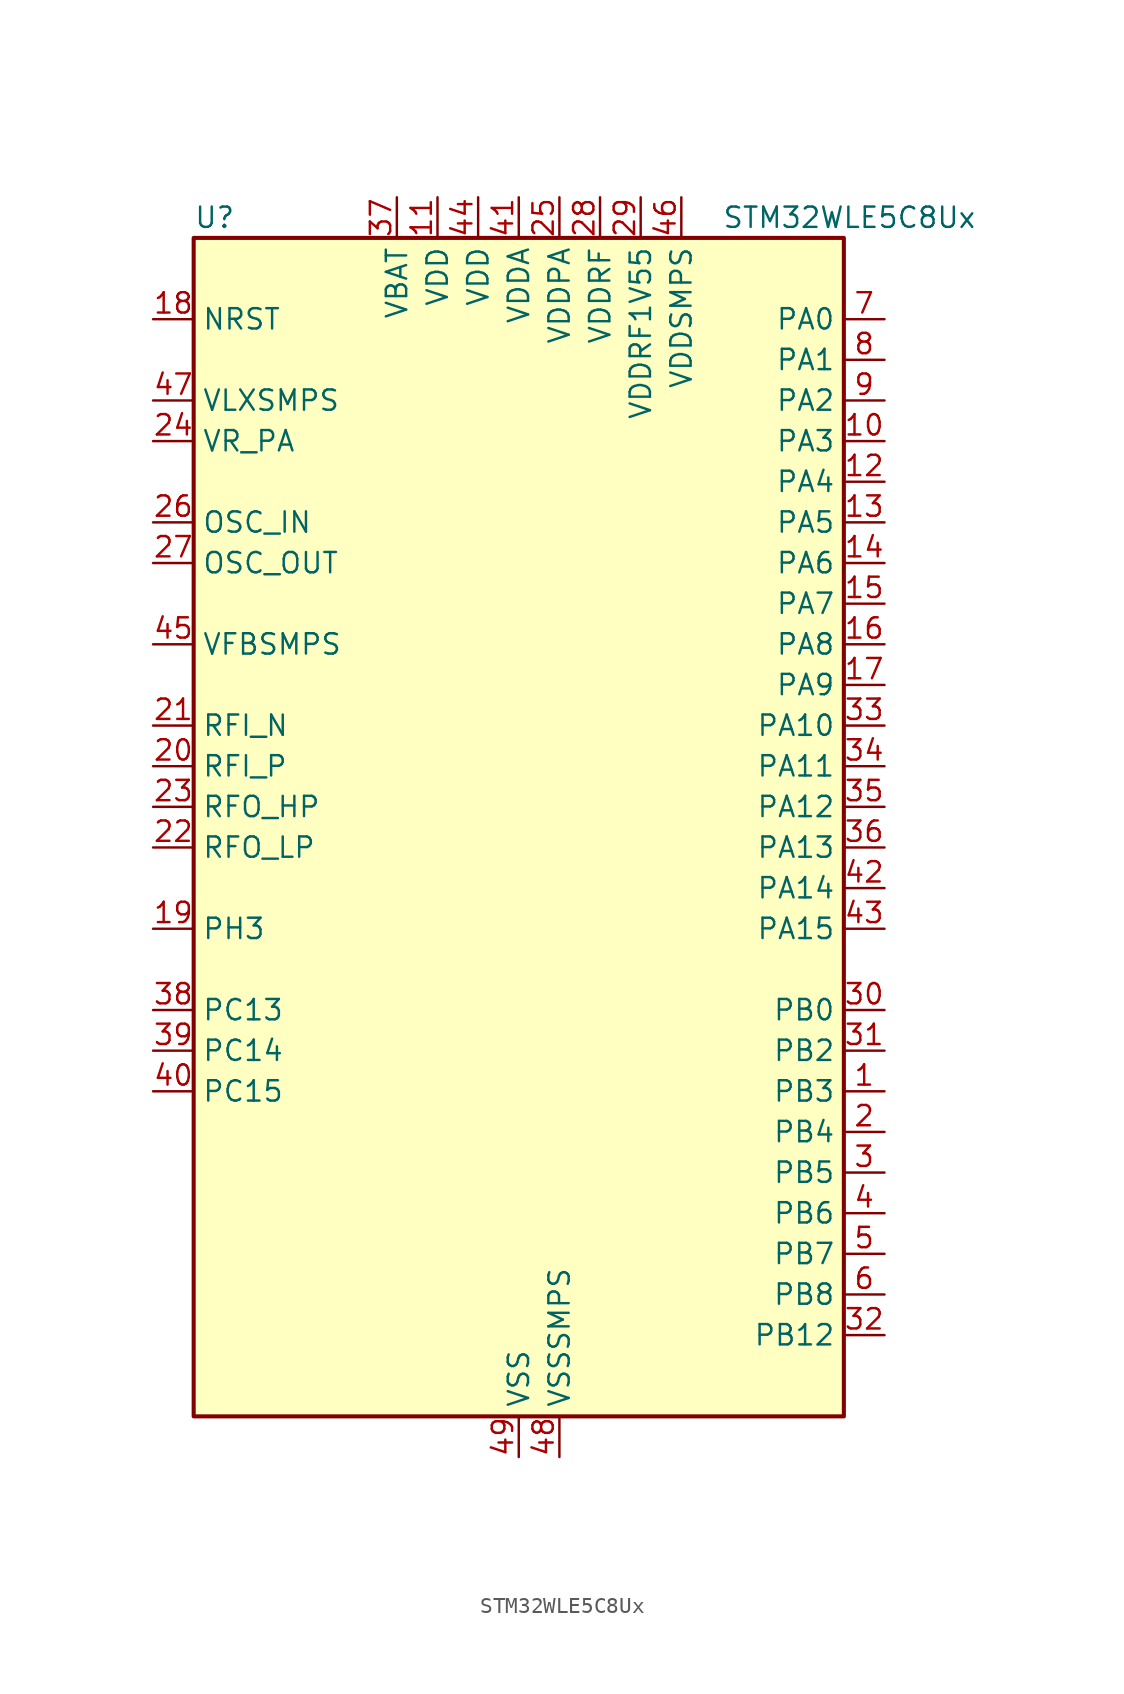
<source format=kicad_sym>
(kicad_symbol_lib
  (version 20241209)
  (generator "kicad_symbol_editor")
  (generator_version "9.0")
  (symbol "STM32WLE5C8Ux"
    (property "Reference" "U"
      (at -20.32 39.37 0)
      (effects (font (size 1.27 1.27)) (justify left)))
    (property "Value" "STM32WLE5C8Ux"
      (at 12.7 39.37 0)
      (effects (font (size 1.27 1.27)) (justify left)))
    (symbol "STM32WLE5C8Ux_0_1"
      (rectangle (start -20.32 -35.56) (end 20.32 38.1) (stroke (width 0.254) (type default)) (fill (type background))))
    (symbol "STM32WLE5C8Ux_1_1"
      (pin input line (at -22.86 33.02 0) (length 2.54) (name "NRST" (effects (font (size 1.27 1.27)))) (number "18" (effects (font (size 1.27 1.27)))))
      (pin power_in line (at -22.86 27.94 0) (length 2.54) (name "VLXSMPS" (effects (font (size 1.27 1.27)))) (number "47" (effects (font (size 1.27 1.27)))))
      (pin power_in line (at -22.86 25.4 0) (length 2.54) (name "VR_PA" (effects (font (size 1.27 1.27)))) (number "24" (effects (font (size 1.27 1.27)))))
      (pin input line (at -22.86 20.32 0) (length 2.54) (name "OSC_IN" (effects (font (size 1.27 1.27)))) (number "26" (effects (font (size 1.27 1.27)))) (alternate "RCC_OSC_IN" bidirectional line))
      (pin input line (at -22.86 17.78 0) (length 2.54) (name "OSC_OUT" (effects (font (size 1.27 1.27)))) (number "27" (effects (font (size 1.27 1.27)))) (alternate "RCC_OSC_OUT" bidirectional line))
      (pin input line (at -22.86 12.7 0) (length 2.54) (name "VFBSMPS" (effects (font (size 1.27 1.27)))) (number "45" (effects (font (size 1.27 1.27)))))
      (pin bidirectional line (at -22.86 7.62 0) (length 2.54) (name "RFI_N" (effects (font (size 1.27 1.27)))) (number "21" (effects (font (size 1.27 1.27)))))
      (pin bidirectional line (at -22.86 5.08 0) (length 2.54) (name "RFI_P" (effects (font (size 1.27 1.27)))) (number "20" (effects (font (size 1.27 1.27)))))
      (pin bidirectional line (at -22.86 2.54 0) (length 2.54) (name "RFO_HP" (effects (font (size 1.27 1.27)))) (number "23" (effects (font (size 1.27 1.27)))))
      (pin bidirectional line (at -22.86 0 0) (length 2.54) (name "RFO_LP" (effects (font (size 1.27 1.27)))) (number "22" (effects (font (size 1.27 1.27)))))
      (pin bidirectional line (at -22.86 -5.08 0) (length 2.54) (name "PH3" (effects (font (size 1.27 1.27)))) (number "19" (effects (font (size 1.27 1.27)))))
      (pin bidirectional line (at -22.86 -10.16 0) (length 2.54) (name "PC13" (effects (font (size 1.27 1.27)))) (number "38" (effects (font (size 1.27 1.27)))) (alternate "PWR_WKUP2" bidirectional line) (alternate "RTC_OUT1" bidirectional line) (alternate "RTC_TAMP_IN1" bidirectional line) (alternate "RTC_TS" bidirectional line))
      (pin bidirectional line (at -22.86 -12.7 0) (length 2.54) (name "PC14" (effects (font (size 1.27 1.27)))) (number "39" (effects (font (size 1.27 1.27)))) (alternate "RCC_OSC32_IN" bidirectional line))
      (pin bidirectional line (at -22.86 -15.24 0) (length 2.54) (name "PC15" (effects (font (size 1.27 1.27)))) (number "40" (effects (font (size 1.27 1.27)))) (alternate "RCC_OSC32_OUT" bidirectional line))
      (pin power_in line (at -7.62 40.64 270) (length 2.54) (name "VBAT" (effects (font (size 1.27 1.27)))) (number "37" (effects (font (size 1.27 1.27)))))
      (pin power_in line (at -5.08 40.64 270) (length 2.54) (name "VDD" (effects (font (size 1.27 1.27)))) (number "11" (effects (font (size 1.27 1.27)))))
      (pin power_in line (at -2.54 40.64 270) (length 2.54) (name "VDD" (effects (font (size 1.27 1.27)))) (number "44" (effects (font (size 1.27 1.27)))))
      (pin power_in line (at 0 40.64 270) (length 2.54) (name "VDDA" (effects (font (size 1.27 1.27)))) (number "41" (effects (font (size 1.27 1.27)))))
      (pin power_in line (at 0 -38.1 90) (length 2.54) (name "VSS" (effects (font (size 1.27 1.27)))) (number "49" (effects (font (size 1.27 1.27)))))
      (pin power_in line (at 2.54 40.64 270) (length 2.54) (name "VDDPA" (effects (font (size 1.27 1.27)))) (number "25" (effects (font (size 1.27 1.27)))))
      (pin power_in line (at 2.54 -38.1 90) (length 2.54) (name "VSSSMPS" (effects (font (size 1.27 1.27)))) (number "48" (effects (font (size 1.27 1.27)))))
      (pin power_in line (at 5.08 40.64 270) (length 2.54) (name "VDDRF" (effects (font (size 1.27 1.27)))) (number "28" (effects (font (size 1.27 1.27)))))
      (pin power_in line (at 7.62 40.64 270) (length 2.54) (name "VDDRF1V55" (effects (font (size 1.27 1.27)))) (number "29" (effects (font (size 1.27 1.27)))))
      (pin power_in line (at 10.16 40.64 270) (length 2.54) (name "VDDSMPS" (effects (font (size 1.27 1.27)))) (number "46" (effects (font (size 1.27 1.27)))))
      (pin bidirectional line (at 22.86 33.02 180) (length 2.54) (name "PA0" (effects (font (size 1.27 1.27)))) (number "7" (effects (font (size 1.27 1.27)))) (alternate "COMP1_OUT" bidirectional line) (alternate "DEBUG_PWR-REGLP1S" bidirectional line) (alternate "I2C3_SMBA" bidirectional line) (alternate "I2S_CKIN" bidirectional line) (alternate "PWR_WKUP1" bidirectional line) (alternate "RTC_TAMP_IN2" bidirectional line) (alternate "TIM2_CH1" bidirectional line) (alternate "TIM2_ETR" bidirectional line) (alternate "USART2_CTS" bidirectional line) (alternate "USART2_NSS" bidirectional line))
      (pin bidirectional line (at 22.86 30.48 180) (length 2.54) (name "PA1" (effects (font (size 1.27 1.27)))) (number "8" (effects (font (size 1.27 1.27)))) (alternate "DEBUG_PWR-REGLP2S" bidirectional line) (alternate "I2C1_SMBA" bidirectional line) (alternate "LPTIM3_OUT" bidirectional line) (alternate "LPUART1_RTS" bidirectional line) (alternate "SPI1_SCK" bidirectional line) (alternate "TIM2_CH2" bidirectional line) (alternate "USART2_DE" bidirectional line) (alternate "USART2_RTS" bidirectional line))
      (pin bidirectional line (at 22.86 27.94 180) (length 2.54) (name "PA2" (effects (font (size 1.27 1.27)))) (number "9" (effects (font (size 1.27 1.27)))) (alternate "COMP2_OUT" bidirectional line) (alternate "DEBUG_PWR-LDORDY" bidirectional line) (alternate "LPUART1_TX" bidirectional line) (alternate "RCC_LSCO" bidirectional line) (alternate "TIM2_CH3" bidirectional line) (alternate "USART2_TX" bidirectional line))
      (pin bidirectional line (at 22.86 25.4 180) (length 2.54) (name "PA3" (effects (font (size 1.27 1.27)))) (number "10" (effects (font (size 1.27 1.27)))) (alternate "I2S2_MCK" bidirectional line) (alternate "LPUART1_RX" bidirectional line) (alternate "TIM2_CH4" bidirectional line) (alternate "USART2_RX" bidirectional line))
      (pin bidirectional line (at 22.86 22.86 180) (length 2.54) (name "PA4" (effects (font (size 1.27 1.27)))) (number "12" (effects (font (size 1.27 1.27)))) (alternate "DEBUG_SUBGHZSPI-NSSOUT" bidirectional line) (alternate "LPTIM1_OUT" bidirectional line) (alternate "LPTIM2_OUT" bidirectional line) (alternate "RTC_OUT2" bidirectional line) (alternate "SPI1_NSS" bidirectional line) (alternate "USART2_CK" bidirectional line))
      (pin bidirectional line (at 22.86 20.32 180) (length 2.54) (name "PA5" (effects (font (size 1.27 1.27)))) (number "13" (effects (font (size 1.27 1.27)))) (alternate "DEBUG_SUBGHZSPI-SCKOUT" bidirectional line) (alternate "LPTIM2_ETR" bidirectional line) (alternate "SPI1_SCK" bidirectional line) (alternate "SPI2_MISO" bidirectional line) (alternate "TIM2_CH1" bidirectional line) (alternate "TIM2_ETR" bidirectional line))
      (pin bidirectional line (at 22.86 17.78 180) (length 2.54) (name "PA6" (effects (font (size 1.27 1.27)))) (number "14" (effects (font (size 1.27 1.27)))) (alternate "DEBUG_SUBGHZSPI-MISOOUT" bidirectional line) (alternate "I2C2_SMBA" bidirectional line) (alternate "LPUART1_CTS" bidirectional line) (alternate "SPI1_MISO" bidirectional line) (alternate "TIM16_CH1" bidirectional line) (alternate "TIM1_BKIN" bidirectional line))
      (pin bidirectional line (at 22.86 15.24 180) (length 2.54) (name "PA7" (effects (font (size 1.27 1.27)))) (number "15" (effects (font (size 1.27 1.27)))) (alternate "COMP2_OUT" bidirectional line) (alternate "DEBUG_SUBGHZSPI-MOSIOUT" bidirectional line) (alternate "I2C3_SCL" bidirectional line) (alternate "SPI1_MOSI" bidirectional line) (alternate "TIM17_CH1" bidirectional line) (alternate "TIM1_CH1N" bidirectional line))
      (pin bidirectional line (at 22.86 12.7 180) (length 2.54) (name "PA8" (effects (font (size 1.27 1.27)))) (number "16" (effects (font (size 1.27 1.27)))) (alternate "I2S2_CK" bidirectional line) (alternate "LPTIM2_OUT" bidirectional line) (alternate "RCC_MCO" bidirectional line) (alternate "SPI2_SCK" bidirectional line) (alternate "TIM1_CH1" bidirectional line) (alternate "USART1_CK" bidirectional line))
      (pin bidirectional line (at 22.86 10.16 180) (length 2.54) (name "PA9" (effects (font (size 1.27 1.27)))) (number "17" (effects (font (size 1.27 1.27)))) (alternate "DAC_EXTI9" bidirectional line) (alternate "I2C1_SCL" bidirectional line) (alternate "I2S2_CK" bidirectional line) (alternate "I2S2_WS" bidirectional line) (alternate "SPI2_NSS" bidirectional line) (alternate "SPI2_SCK" bidirectional line) (alternate "TIM1_CH2" bidirectional line) (alternate "USART1_TX" bidirectional line))
      (pin bidirectional line (at 22.86 7.62 180) (length 2.54) (name "PA10" (effects (font (size 1.27 1.27)))) (number "33" (effects (font (size 1.27 1.27)))) (alternate "ADC_IN6" bidirectional line) (alternate "COMP1_INM" bidirectional line) (alternate "COMP2_INM" bidirectional line) (alternate "DAC_OUT1" bidirectional line) (alternate "DEBUG_RF-HSE32RDY" bidirectional line) (alternate "I2C1_SDA" bidirectional line) (alternate "I2S2_SD" bidirectional line) (alternate "RTC_REFIN" bidirectional line) (alternate "SPI2_MOSI" bidirectional line) (alternate "TIM17_BKIN" bidirectional line) (alternate "TIM1_CH3" bidirectional line) (alternate "USART1_RX" bidirectional line))
      (pin bidirectional line (at 22.86 5.08 180) (length 2.54) (name "PA11" (effects (font (size 1.27 1.27)))) (number "34" (effects (font (size 1.27 1.27)))) (alternate "ADC_EXTI11" bidirectional line) (alternate "ADC_IN7" bidirectional line) (alternate "COMP1_INM" bidirectional line) (alternate "COMP2_INM" bidirectional line) (alternate "DEBUG_RF-NRESET" bidirectional line) (alternate "I2C2_SDA" bidirectional line) (alternate "LPTIM3_ETR" bidirectional line) (alternate "SPI1_MISO" bidirectional line) (alternate "TIM1_BKIN2" bidirectional line) (alternate "TIM1_CH4" bidirectional line) (alternate "USART1_CTS" bidirectional line) (alternate "USART1_NSS" bidirectional line))
      (pin bidirectional line (at 22.86 2.54 180) (length 2.54) (name "PA12" (effects (font (size 1.27 1.27)))) (number "35" (effects (font (size 1.27 1.27)))) (alternate "ADC_IN8" bidirectional line) (alternate "DEBUG_RF-BUSY" bidirectional line) (alternate "I2C2_SCL" bidirectional line) (alternate "LPTIM3_IN1" bidirectional line) (alternate "SPI1_MOSI" bidirectional line) (alternate "TIM1_ETR" bidirectional line) (alternate "USART1_DE" bidirectional line) (alternate "USART1_RTS" bidirectional line))
      (pin bidirectional line (at 22.86 0 180) (length 2.54) (name "PA13" (effects (font (size 1.27 1.27)))) (number "36" (effects (font (size 1.27 1.27)))) (alternate "ADC_IN9" bidirectional line) (alternate "DEBUG_JTMS-SWDIO" bidirectional line) (alternate "I2C2_SMBA" bidirectional line) (alternate "IR_OUT" bidirectional line))
      (pin bidirectional line (at 22.86 -2.54 180) (length 2.54) (name "PA14" (effects (font (size 1.27 1.27)))) (number "42" (effects (font (size 1.27 1.27)))) (alternate "ADC_IN10" bidirectional line) (alternate "DEBUG_JTCK-SWCLK" bidirectional line) (alternate "I2C1_SMBA" bidirectional line) (alternate "LPTIM1_OUT" bidirectional line))
      (pin bidirectional line (at 22.86 -5.08 180) (length 2.54) (name "PA15" (effects (font (size 1.27 1.27)))) (number "43" (effects (font (size 1.27 1.27)))) (alternate "ADC_IN11" bidirectional line) (alternate "COMP1_INM" bidirectional line) (alternate "COMP2_INP" bidirectional line) (alternate "DEBUG_JTDI" bidirectional line) (alternate "I2C2_SDA" bidirectional line) (alternate "SPI1_NSS" bidirectional line) (alternate "TIM2_CH1" bidirectional line) (alternate "TIM2_ETR" bidirectional line))
      (pin bidirectional line (at 22.86 -10.16 180) (length 2.54) (name "PB0" (effects (font (size 1.27 1.27)))) (number "30" (effects (font (size 1.27 1.27)))) (alternate "COMP1_OUT" bidirectional line) (alternate "VDDTCXO" bidirectional line))
      (pin bidirectional line (at 22.86 -12.7 180) (length 2.54) (name "PB2" (effects (font (size 1.27 1.27)))) (number "31" (effects (font (size 1.27 1.27)))) (alternate "ADC_IN4" bidirectional line) (alternate "COMP1_INP" bidirectional line) (alternate "COMP2_INM" bidirectional line) (alternate "DEBUG_RF-SMPSRDY" bidirectional line) (alternate "I2C3_SMBA" bidirectional line) (alternate "LPTIM1_OUT" bidirectional line) (alternate "SPI1_NSS" bidirectional line))
      (pin bidirectional line (at 22.86 -15.24 180) (length 2.54) (name "PB3" (effects (font (size 1.27 1.27)))) (number "1" (effects (font (size 1.27 1.27)))) (alternate "ADC_IN2" bidirectional line) (alternate "COMP1_INM" bidirectional line) (alternate "COMP2_INM" bidirectional line) (alternate "DEBUG_JTDO-SWO" bidirectional line) (alternate "DEBUG_RF-DTB1" bidirectional line) (alternate "PWR_WKUP3" bidirectional line) (alternate "RTC_TAMP_IN3" bidirectional line) (alternate "SPI1_SCK" bidirectional line) (alternate "TIM2_CH2" bidirectional line) (alternate "USART1_DE" bidirectional line) (alternate "USART1_RTS" bidirectional line))
      (pin bidirectional line (at 22.86 -17.78 180) (length 2.54) (name "PB4" (effects (font (size 1.27 1.27)))) (number "2" (effects (font (size 1.27 1.27)))) (alternate "ADC_IN3" bidirectional line) (alternate "COMP1_INP" bidirectional line) (alternate "COMP2_INP" bidirectional line) (alternate "DEBUG_JTRST" bidirectional line) (alternate "DEBUG_RF-LDORDY" bidirectional line) (alternate "I2C3_SDA" bidirectional line) (alternate "SPI1_MISO" bidirectional line) (alternate "TIM17_BKIN" bidirectional line) (alternate "USART1_CTS" bidirectional line) (alternate "USART1_NSS" bidirectional line))
      (pin bidirectional line (at 22.86 -20.32 180) (length 2.54) (name "PB5" (effects (font (size 1.27 1.27)))) (number "3" (effects (font (size 1.27 1.27)))) (alternate "COMP2_OUT" bidirectional line) (alternate "I2C1_SMBA" bidirectional line) (alternate "LPTIM1_IN1" bidirectional line) (alternate "SPI1_MOSI" bidirectional line) (alternate "TIM16_BKIN" bidirectional line) (alternate "USART1_CK" bidirectional line))
      (pin bidirectional line (at 22.86 -22.86 180) (length 2.54) (name "PB6" (effects (font (size 1.27 1.27)))) (number "4" (effects (font (size 1.27 1.27)))) (alternate "I2C1_SCL" bidirectional line) (alternate "LPTIM1_ETR" bidirectional line) (alternate "TIM16_CH1N" bidirectional line) (alternate "USART1_TX" bidirectional line))
      (pin bidirectional line (at 22.86 -25.4 180) (length 2.54) (name "PB7" (effects (font (size 1.27 1.27)))) (number "5" (effects (font (size 1.27 1.27)))) (alternate "I2C1_SDA" bidirectional line) (alternate "LPTIM1_IN2" bidirectional line) (alternate "PWR_PVD_IN" bidirectional line) (alternate "TIM17_CH1N" bidirectional line) (alternate "TIM1_BKIN" bidirectional line) (alternate "USART1_RX" bidirectional line))
      (pin bidirectional line (at 22.86 -27.94 180) (length 2.54) (name "PB8" (effects (font (size 1.27 1.27)))) (number "6" (effects (font (size 1.27 1.27)))) (alternate "I2C1_SCL" bidirectional line) (alternate "TIM16_CH1" bidirectional line) (alternate "TIM1_CH2N" bidirectional line))
      (pin bidirectional line (at 22.86 -30.48 180) (length 2.54) (name "PB12" (effects (font (size 1.27 1.27)))) (number "32" (effects (font (size 1.27 1.27)))) (alternate "I2C3_SMBA" bidirectional line) (alternate "I2S2_WS" bidirectional line) (alternate "LPUART1_RTS" bidirectional line) (alternate "SPI2_NSS" bidirectional line) (alternate "TIM1_BKIN" bidirectional line)))))
</source>
